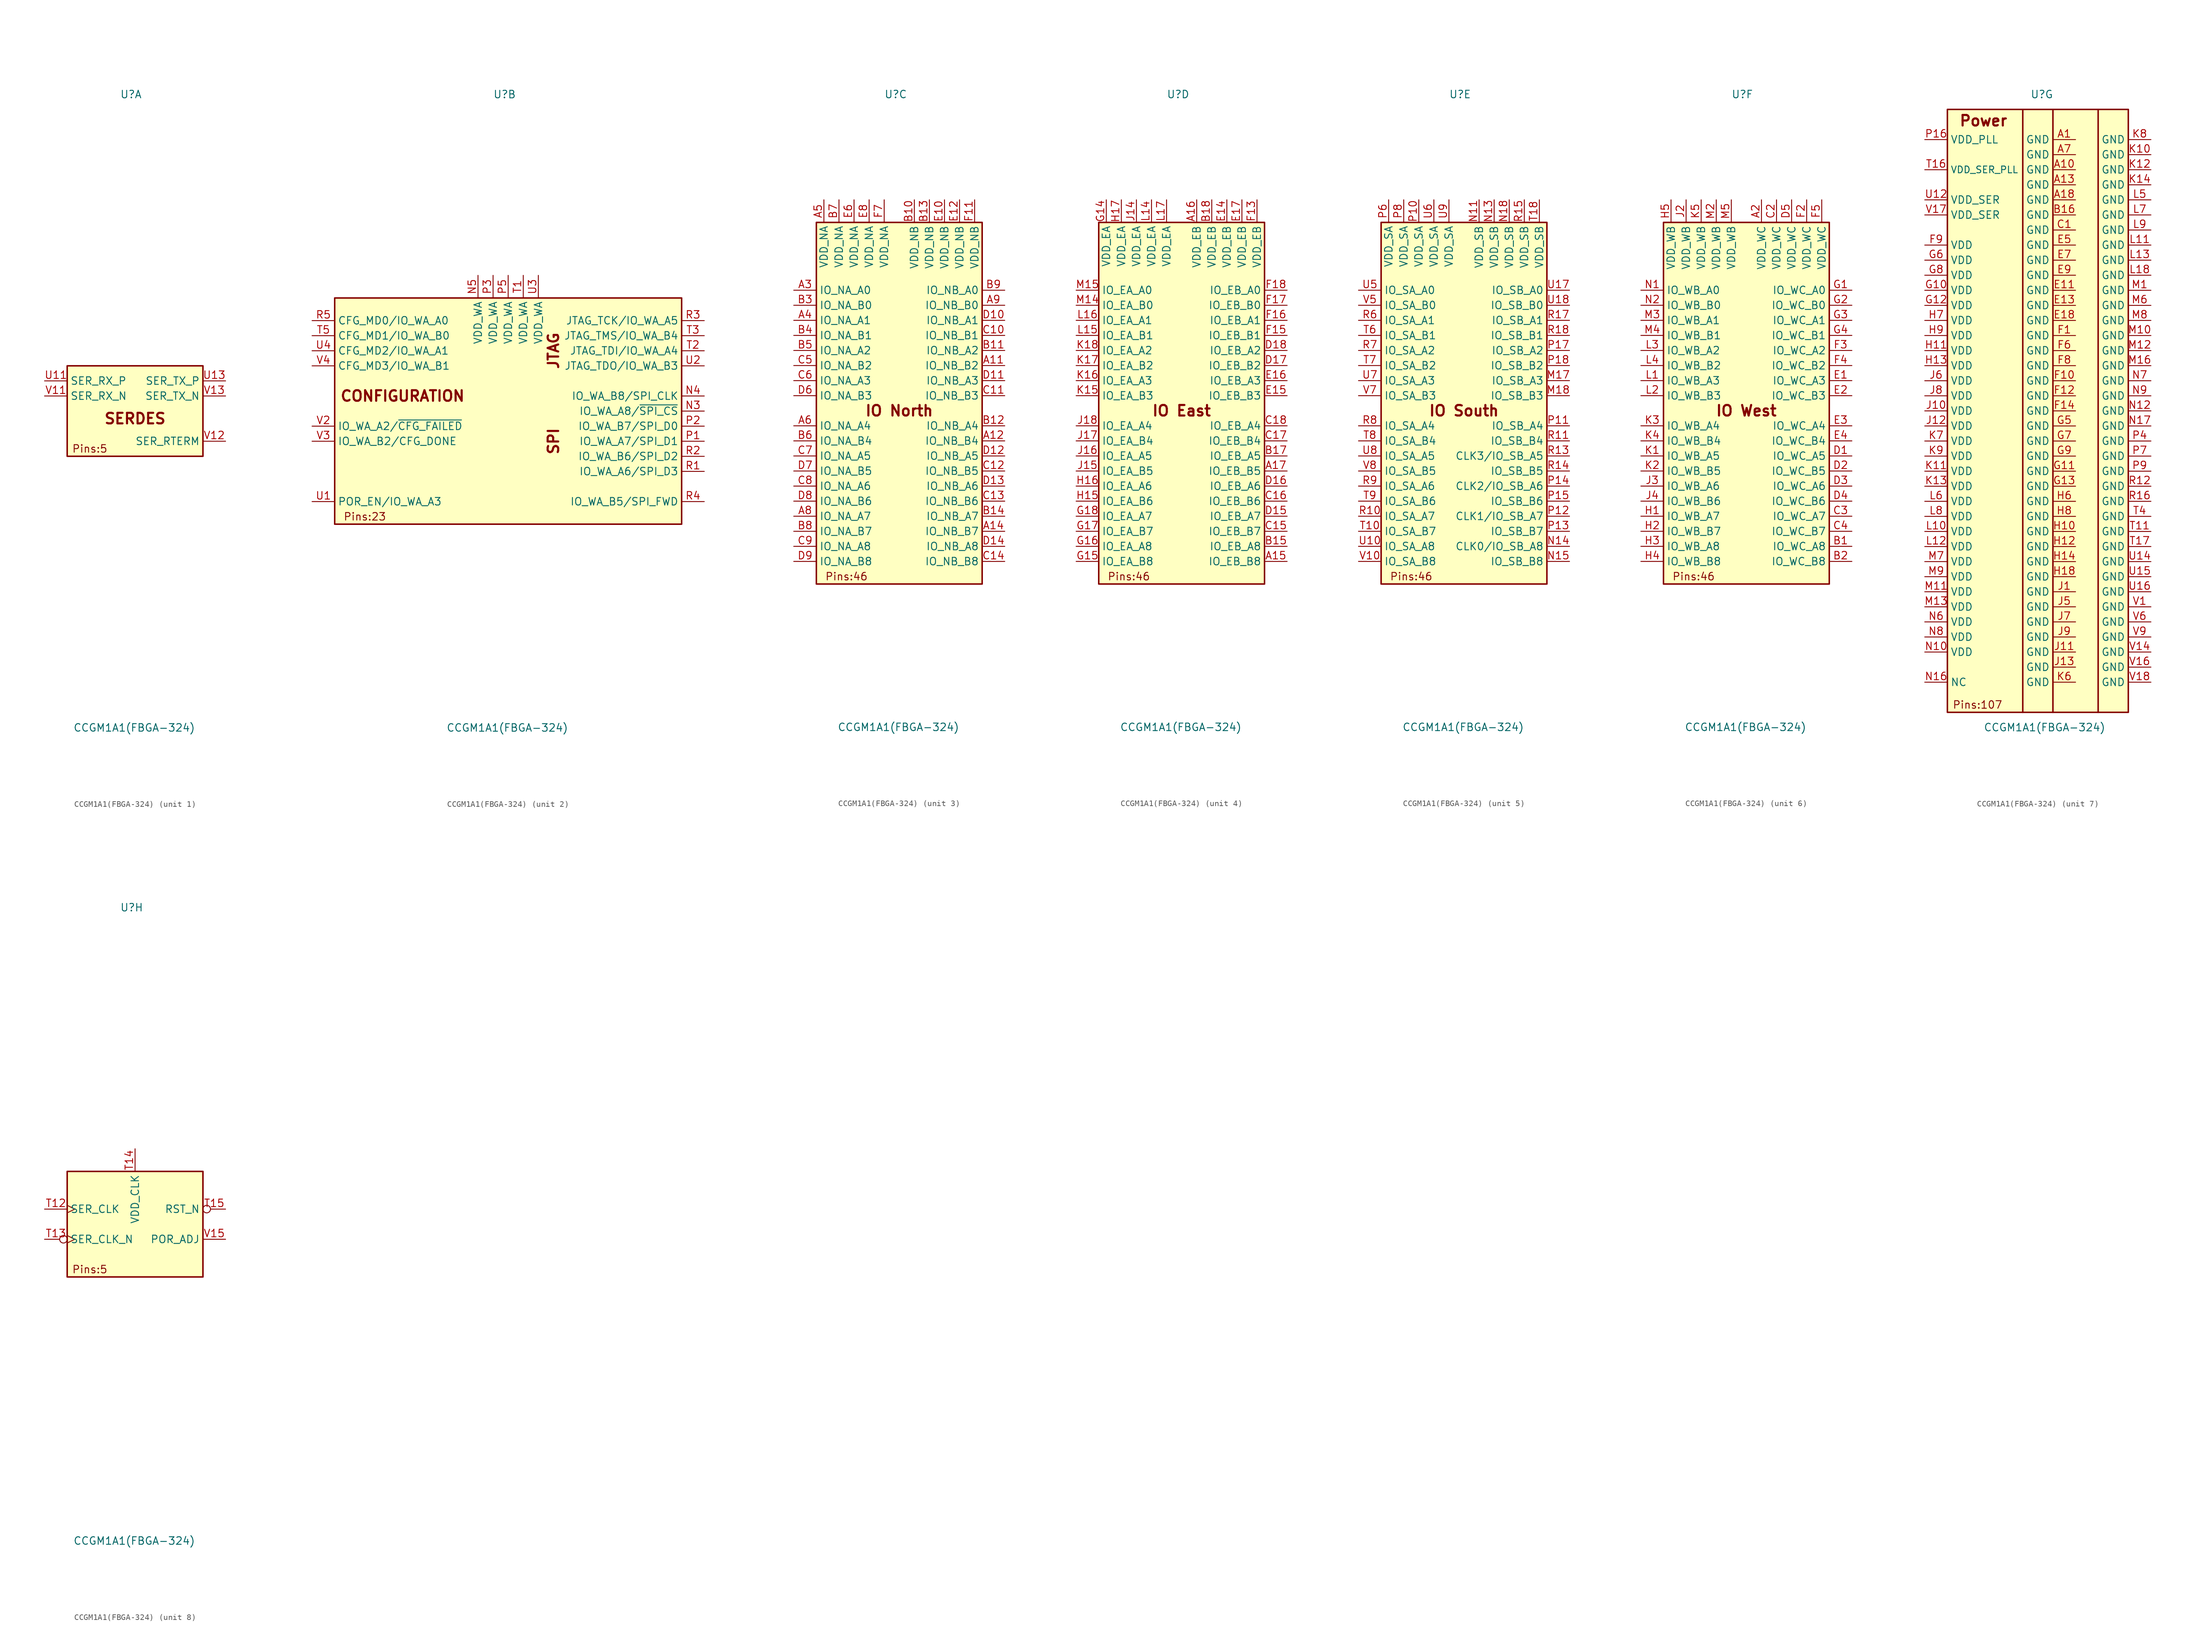
<source format=kicad_sym>
(kicad_symbol_lib
  (version 20220914)
  (generator kicad_symbol_editor)
  (symbol "CCGM1A1(FBGA-324)"
    (property "Reference" "U"
      (at -2.54 53.34 0)
      (effects (font (size 1.27 1.27)) (justify left)))
    (property "Value" "CCGM1A1(FBGA-324)"
      (at 10.16 -53.34 0)
      (effects (font (size 1.27 1.27)) (justify right)))
    (property "ki_locked" ""
      (at 0 0 0)
      (effects (font (size 1.27 1.27))))
    (symbol "CCGM1A1(FBGA-324)_1_1"
      (rectangle (start -11.43 7.62) (end 11.43 -7.62) (stroke (width 0.254) (type default)) (fill (type background)))
      (text "Pins:5" (at -7.62 -6.35 0) (effects (font (size 1.27 1.27))))
      (text "SERDES" (at 0 -1.27 0) (effects (font (size 1.778 1.778) bold)))
      (pin input line (at -15.24 5.08 0) (length 3.81) (name "SER_RX_P" (effects (font (size 1.27 1.27)))) (number "U11" (effects (font (size 1.27 1.27)))))
      (pin output line (at 15.24 5.08 180) (length 3.81) (name "SER_TX_P" (effects (font (size 1.27 1.27)))) (number "U13" (effects (font (size 1.27 1.27)))))
      (pin input line (at -15.24 2.54 0) (length 3.81) (name "SER_RX_N" (effects (font (size 1.27 1.27)))) (number "V11" (effects (font (size 1.27 1.27)))))
      (pin passive line (at 15.24 -5.08 180) (length 3.81) (name "SER_RTERM" (effects (font (size 1.27 1.27)))) (number "V12" (effects (font (size 1.27 1.27)))))
      (pin output line (at 15.24 2.54 180) (length 3.81) (name "SER_TX_N" (effects (font (size 1.27 1.27)))) (number "V13" (effects (font (size 1.27 1.27))))))
    (symbol "CCGM1A1(FBGA-324)_2_1"
      (rectangle (start -29.21 19.05) (end 29.21 -19.05) (stroke (width 0.254) (type default)) (fill (type background)))
      (text "CONFIGURATION" (at -17.78 2.54 0) (effects (font (size 1.778 1.778) bold)))
      (text "JTAG" (at 7.62 10.16 900) (effects (font (size 1.778 1.778) bold)))
      (text "Pins:23" (at -24.13 -17.78 0) (effects (font (size 1.27 1.27))))
      (text "SPI" (at 7.62 -5.08 900) (effects (font (size 1.778 1.778) bold)))
      (pin bidirectional line (at 33.02 0 180) (length 3.81) (name "IO_WA_A8/~{SPI_CS}" (effects (font (size 1.27 1.27)))) (number "N3" (effects (font (size 1.27 1.27)))))
      (pin bidirectional line (at 33.02 2.54 180) (length 3.81) (name "IO_WA_B8/SPI_CLK" (effects (font (size 1.27 1.27)))) (number "N4" (effects (font (size 1.27 1.27)))))
      (pin power_in line (at -5.08 22.86 270) (length 3.81) (name "VDD_WA" (effects (font (size 1.27 1.27)))) (number "N5" (effects (font (size 1.27 1.27)))))
      (pin bidirectional line (at 33.02 -5.08 180) (length 3.81) (name "IO_WA_A7/SPI_D1" (effects (font (size 1.27 1.27)))) (number "P1" (effects (font (size 1.27 1.27)))))
      (pin bidirectional line (at 33.02 -2.54 180) (length 3.81) (name "IO_WA_B7/SPI_D0" (effects (font (size 1.27 1.27)))) (number "P2" (effects (font (size 1.27 1.27)))))
      (pin power_in line (at -2.54 22.86 270) (length 3.81) (name "VDD_WA" (effects (font (size 1.27 1.27)))) (number "P3" (effects (font (size 1.27 1.27)))))
      (pin power_in line (at 0 22.86 270) (length 3.81) (name "VDD_WA" (effects (font (size 1.27 1.27)))) (number "P5" (effects (font (size 1.27 1.27)))))
      (pin bidirectional line (at 33.02 -10.16 180) (length 3.81) (name "IO_WA_A6/SPI_D3" (effects (font (size 1.27 1.27)))) (number "R1" (effects (font (size 1.27 1.27)))))
      (pin bidirectional line (at 33.02 -7.62 180) (length 3.81) (name "IO_WA_B6/SPI_D2" (effects (font (size 1.27 1.27)))) (number "R2" (effects (font (size 1.27 1.27)))))
      (pin bidirectional line (at 33.02 15.24 180) (length 3.81) (name "JTAG_TCK/IO_WA_A5" (effects (font (size 1.27 1.27)))) (number "R3" (effects (font (size 1.27 1.27)))))
      (pin bidirectional line (at 33.02 -15.24 180) (length 3.81) (name "IO_WA_B5/SPI_FWD" (effects (font (size 1.27 1.27)))) (number "R4" (effects (font (size 1.27 1.27)))))
      (pin bidirectional line (at -33.02 15.24 0) (length 3.81) (name "CFG_MD0/IO_WA_A0" (effects (font (size 1.27 1.27)))) (number "R5" (effects (font (size 1.27 1.27)))))
      (pin power_in line (at 2.54 22.86 270) (length 3.81) (name "VDD_WA" (effects (font (size 1.27 1.27)))) (number "T1" (effects (font (size 1.27 1.27)))))
      (pin bidirectional line (at 33.02 10.16 180) (length 3.81) (name "JTAG_TDI/IO_WA_A4" (effects (font (size 1.27 1.27)))) (number "T2" (effects (font (size 1.27 1.27)))))
      (pin bidirectional line (at 33.02 12.7 180) (length 3.81) (name "JTAG_TMS/IO_WA_B4" (effects (font (size 1.27 1.27)))) (number "T3" (effects (font (size 1.27 1.27)))))
      (pin bidirectional line (at -33.02 12.7 0) (length 3.81) (name "CFG_MD1/IO_WA_B0" (effects (font (size 1.27 1.27)))) (number "T5" (effects (font (size 1.27 1.27)))))
      (pin bidirectional line (at -33.02 -15.24 0) (length 3.81) (name "POR_EN/IO_WA_A3" (effects (font (size 1.27 1.27)))) (number "U1" (effects (font (size 1.27 1.27)))))
      (pin bidirectional line (at 33.02 7.62 180) (length 3.81) (name "JTAG_TDO/IO_WA_B3" (effects (font (size 1.27 1.27)))) (number "U2" (effects (font (size 1.27 1.27)))))
      (pin power_in line (at 5.08 22.86 270) (length 3.81) (name "VDD_WA" (effects (font (size 1.27 1.27)))) (number "U3" (effects (font (size 1.27 1.27)))))
      (pin bidirectional line (at -33.02 10.16 0) (length 3.81) (name "CFG_MD2/IO_WA_A1" (effects (font (size 1.27 1.27)))) (number "U4" (effects (font (size 1.27 1.27)))))
      (pin bidirectional line (at -33.02 -2.54 0) (length 3.81) (name "IO_WA_A2/~{CFG_FAILED}" (effects (font (size 1.27 1.27)))) (number "V2" (effects (font (size 1.27 1.27)))))
      (pin bidirectional line (at -33.02 -5.08 0) (length 3.81) (name "IO_WA_B2/CFG_DONE" (effects (font (size 1.27 1.27)))) (number "V3" (effects (font (size 1.27 1.27)))))
      (pin bidirectional line (at -33.02 7.62 0) (length 3.81) (name "CFG_MD3/IO_WA_B1" (effects (font (size 1.27 1.27)))) (number "V4" (effects (font (size 1.27 1.27))))))
    (symbol "CCGM1A1(FBGA-324)_3_1"
      (rectangle (start -13.97 31.75) (end 13.97 -29.21) (stroke (width 0.254) (type default)) (fill (type background)))
      (text "IO North" (at 0 0 0) (effects (font (size 1.778 1.778) bold)))
      (text "Pins:46" (at -8.89 -27.94 0) (effects (font (size 1.27 1.27))))
      (pin bidirectional line (at 17.78 7.62 180) (length 3.81) (name "IO_NB_B2" (effects (font (size 1.27 1.27)))) (number "A11" (effects (font (size 1.27 1.27)))))
      (pin bidirectional line (at 17.78 -5.08 180) (length 3.81) (name "IO_NB_B4" (effects (font (size 1.27 1.27)))) (number "A12" (effects (font (size 1.27 1.27)))))
      (pin bidirectional line (at 17.78 -20.32 180) (length 3.81) (name "IO_NB_B7" (effects (font (size 1.27 1.27)))) (number "A14" (effects (font (size 1.27 1.27)))))
      (pin bidirectional line (at -17.78 20.32 0) (length 3.81) (name "IO_NA_A0" (effects (font (size 1.27 1.27)))) (number "A3" (effects (font (size 1.27 1.27)))))
      (pin bidirectional line (at -17.78 15.24 0) (length 3.81) (name "IO_NA_A1" (effects (font (size 1.27 1.27)))) (number "A4" (effects (font (size 1.27 1.27)))))
      (pin power_in line (at -12.7 35.56 270) (length 3.81) (name "VDD_NA" (effects (font (size 1.27 1.27)))) (number "A5" (effects (font (size 1.27 1.27)))))
      (pin bidirectional line (at -17.78 -2.54 0) (length 3.81) (name "IO_NA_A4" (effects (font (size 1.27 1.27)))) (number "A6" (effects (font (size 1.27 1.27)))))
      (pin bidirectional line (at -17.78 -17.78 0) (length 3.81) (name "IO_NA_A7" (effects (font (size 1.27 1.27)))) (number "A8" (effects (font (size 1.27 1.27)))))
      (pin bidirectional line (at 17.78 17.78 180) (length 3.81) (name "IO_NB_B0" (effects (font (size 1.27 1.27)))) (number "A9" (effects (font (size 1.27 1.27)))))
      (pin power_in line (at 2.54 35.56 270) (length 3.81) (name "VDD_NB" (effects (font (size 1.27 1.27)))) (number "B10" (effects (font (size 1.27 1.27)))))
      (pin bidirectional line (at 17.78 10.16 180) (length 3.81) (name "IO_NB_A2" (effects (font (size 1.27 1.27)))) (number "B11" (effects (font (size 1.27 1.27)))))
      (pin bidirectional line (at 17.78 -2.54 180) (length 3.81) (name "IO_NB_A4" (effects (font (size 1.27 1.27)))) (number "B12" (effects (font (size 1.27 1.27)))))
      (pin power_in line (at 5.08 35.56 270) (length 3.81) (name "VDD_NB" (effects (font (size 1.27 1.27)))) (number "B13" (effects (font (size 1.27 1.27)))))
      (pin bidirectional line (at 17.78 -17.78 180) (length 3.81) (name "IO_NB_A7" (effects (font (size 1.27 1.27)))) (number "B14" (effects (font (size 1.27 1.27)))))
      (pin bidirectional line (at -17.78 17.78 0) (length 3.81) (name "IO_NA_B0" (effects (font (size 1.27 1.27)))) (number "B3" (effects (font (size 1.27 1.27)))))
      (pin bidirectional line (at -17.78 12.7 0) (length 3.81) (name "IO_NA_B1" (effects (font (size 1.27 1.27)))) (number "B4" (effects (font (size 1.27 1.27)))))
      (pin bidirectional line (at -17.78 10.16 0) (length 3.81) (name "IO_NA_A2" (effects (font (size 1.27 1.27)))) (number "B5" (effects (font (size 1.27 1.27)))))
      (pin bidirectional line (at -17.78 -5.08 0) (length 3.81) (name "IO_NA_B4" (effects (font (size 1.27 1.27)))) (number "B6" (effects (font (size 1.27 1.27)))))
      (pin power_in line (at -10.16 35.56 270) (length 3.81) (name "VDD_NA" (effects (font (size 1.27 1.27)))) (number "B7" (effects (font (size 1.27 1.27)))))
      (pin bidirectional line (at -17.78 -20.32 0) (length 3.81) (name "IO_NA_B7" (effects (font (size 1.27 1.27)))) (number "B8" (effects (font (size 1.27 1.27)))))
      (pin bidirectional line (at 17.78 20.32 180) (length 3.81) (name "IO_NB_A0" (effects (font (size 1.27 1.27)))) (number "B9" (effects (font (size 1.27 1.27)))))
      (pin bidirectional line (at 17.78 12.7 180) (length 3.81) (name "IO_NB_B1" (effects (font (size 1.27 1.27)))) (number "C10" (effects (font (size 1.27 1.27)))))
      (pin bidirectional line (at 17.78 2.54 180) (length 3.81) (name "IO_NB_B3" (effects (font (size 1.27 1.27)))) (number "C11" (effects (font (size 1.27 1.27)))))
      (pin bidirectional line (at 17.78 -10.16 180) (length 3.81) (name "IO_NB_B5" (effects (font (size 1.27 1.27)))) (number "C12" (effects (font (size 1.27 1.27)))))
      (pin bidirectional line (at 17.78 -15.24 180) (length 3.81) (name "IO_NB_B6" (effects (font (size 1.27 1.27)))) (number "C13" (effects (font (size 1.27 1.27)))))
      (pin bidirectional line (at 17.78 -25.4 180) (length 3.81) (name "IO_NB_B8" (effects (font (size 1.27 1.27)))) (number "C14" (effects (font (size 1.27 1.27)))))
      (pin bidirectional line (at -17.78 7.62 0) (length 3.81) (name "IO_NA_B2" (effects (font (size 1.27 1.27)))) (number "C5" (effects (font (size 1.27 1.27)))))
      (pin bidirectional line (at -17.78 5.08 0) (length 3.81) (name "IO_NA_A3" (effects (font (size 1.27 1.27)))) (number "C6" (effects (font (size 1.27 1.27)))))
      (pin bidirectional line (at -17.78 -7.62 0) (length 3.81) (name "IO_NA_A5" (effects (font (size 1.27 1.27)))) (number "C7" (effects (font (size 1.27 1.27)))))
      (pin bidirectional line (at -17.78 -12.7 0) (length 3.81) (name "IO_NA_A6" (effects (font (size 1.27 1.27)))) (number "C8" (effects (font (size 1.27 1.27)))))
      (pin bidirectional line (at -17.78 -22.86 0) (length 3.81) (name "IO_NA_A8" (effects (font (size 1.27 1.27)))) (number "C9" (effects (font (size 1.27 1.27)))))
      (pin bidirectional line (at 17.78 15.24 180) (length 3.81) (name "IO_NB_A1" (effects (font (size 1.27 1.27)))) (number "D10" (effects (font (size 1.27 1.27)))))
      (pin bidirectional line (at 17.78 5.08 180) (length 3.81) (name "IO_NB_A3" (effects (font (size 1.27 1.27)))) (number "D11" (effects (font (size 1.27 1.27)))))
      (pin bidirectional line (at 17.78 -7.62 180) (length 3.81) (name "IO_NB_A5" (effects (font (size 1.27 1.27)))) (number "D12" (effects (font (size 1.27 1.27)))))
      (pin bidirectional line (at 17.78 -12.7 180) (length 3.81) (name "IO_NB_A6" (effects (font (size 1.27 1.27)))) (number "D13" (effects (font (size 1.27 1.27)))))
      (pin bidirectional line (at 17.78 -22.86 180) (length 3.81) (name "IO_NB_A8" (effects (font (size 1.27 1.27)))) (number "D14" (effects (font (size 1.27 1.27)))))
      (pin bidirectional line (at -17.78 2.54 0) (length 3.81) (name "IO_NA_B3" (effects (font (size 1.27 1.27)))) (number "D6" (effects (font (size 1.27 1.27)))))
      (pin bidirectional line (at -17.78 -10.16 0) (length 3.81) (name "IO_NA_B5" (effects (font (size 1.27 1.27)))) (number "D7" (effects (font (size 1.27 1.27)))))
      (pin bidirectional line (at -17.78 -15.24 0) (length 3.81) (name "IO_NA_B6" (effects (font (size 1.27 1.27)))) (number "D8" (effects (font (size 1.27 1.27)))))
      (pin bidirectional line (at -17.78 -25.4 0) (length 3.81) (name "IO_NA_B8" (effects (font (size 1.27 1.27)))) (number "D9" (effects (font (size 1.27 1.27)))))
      (pin power_in line (at 7.62 35.56 270) (length 3.81) (name "VDD_NB" (effects (font (size 1.27 1.27)))) (number "E10" (effects (font (size 1.27 1.27)))))
      (pin power_in line (at 10.16 35.56 270) (length 3.81) (name "VDD_NB" (effects (font (size 1.27 1.27)))) (number "E12" (effects (font (size 1.27 1.27)))))
      (pin power_in line (at -7.62 35.56 270) (length 3.81) (name "VDD_NA" (effects (font (size 1.27 1.27)))) (number "E6" (effects (font (size 1.27 1.27)))))
      (pin power_in line (at -5.08 35.56 270) (length 3.81) (name "VDD_NA" (effects (font (size 1.27 1.27)))) (number "E8" (effects (font (size 1.27 1.27)))))
      (pin power_in line (at 12.7 35.56 270) (length 3.81) (name "VDD_NB" (effects (font (size 1.27 1.27)))) (number "F11" (effects (font (size 1.27 1.27)))))
      (pin power_in line (at -2.54 35.56 270) (length 3.81) (name "VDD_NA" (effects (font (size 1.27 1.27)))) (number "F7" (effects (font (size 1.27 1.27))))))
    (symbol "CCGM1A1(FBGA-324)_4_1"
      (rectangle (start -13.97 31.75) (end 13.97 -29.21) (stroke (width 0.254) (type default)) (fill (type background)))
      (text "IO East" (at 0 0 0) (effects (font (size 1.778 1.778) bold)))
      (text "Pins:46" (at -8.89 -27.94 0) (effects (font (size 1.27 1.27))))
      (pin bidirectional line (at 17.78 -25.4 180) (length 3.81) (name "IO_EB_B8" (effects (font (size 1.27 1.27)))) (number "A15" (effects (font (size 1.27 1.27)))))
      (pin power_in line (at 2.54 35.56 270) (length 3.81) (name "VDD_EB" (effects (font (size 1.27 1.27)))) (number "A16" (effects (font (size 1.27 1.27)))))
      (pin bidirectional line (at 17.78 -10.16 180) (length 3.81) (name "IO_EB_B5" (effects (font (size 1.27 1.27)))) (number "A17" (effects (font (size 1.27 1.27)))))
      (pin bidirectional line (at 17.78 -22.86 180) (length 3.81) (name "IO_EB_A8" (effects (font (size 1.27 1.27)))) (number "B15" (effects (font (size 1.27 1.27)))))
      (pin bidirectional line (at 17.78 -7.62 180) (length 3.81) (name "IO_EB_A5" (effects (font (size 1.27 1.27)))) (number "B17" (effects (font (size 1.27 1.27)))))
      (pin power_in line (at 5.08 35.56 270) (length 3.81) (name "VDD_EB" (effects (font (size 1.27 1.27)))) (number "B18" (effects (font (size 1.27 1.27)))))
      (pin bidirectional line (at 17.78 -20.32 180) (length 3.81) (name "IO_EB_B7" (effects (font (size 1.27 1.27)))) (number "C15" (effects (font (size 1.27 1.27)))))
      (pin bidirectional line (at 17.78 -15.24 180) (length 3.81) (name "IO_EB_B6" (effects (font (size 1.27 1.27)))) (number "C16" (effects (font (size 1.27 1.27)))))
      (pin bidirectional line (at 17.78 -5.08 180) (length 3.81) (name "IO_EB_B4" (effects (font (size 1.27 1.27)))) (number "C17" (effects (font (size 1.27 1.27)))))
      (pin bidirectional line (at 17.78 -2.54 180) (length 3.81) (name "IO_EB_A4" (effects (font (size 1.27 1.27)))) (number "C18" (effects (font (size 1.27 1.27)))))
      (pin bidirectional line (at 17.78 -17.78 180) (length 3.81) (name "IO_EB_A7" (effects (font (size 1.27 1.27)))) (number "D15" (effects (font (size 1.27 1.27)))))
      (pin bidirectional line (at 17.78 -12.7 180) (length 3.81) (name "IO_EB_A6" (effects (font (size 1.27 1.27)))) (number "D16" (effects (font (size 1.27 1.27)))))
      (pin bidirectional line (at 17.78 7.62 180) (length 3.81) (name "IO_EB_B2" (effects (font (size 1.27 1.27)))) (number "D17" (effects (font (size 1.27 1.27)))))
      (pin bidirectional line (at 17.78 10.16 180) (length 3.81) (name "IO_EB_A2" (effects (font (size 1.27 1.27)))) (number "D18" (effects (font (size 1.27 1.27)))))
      (pin power_in line (at 7.62 35.56 270) (length 3.81) (name "VDD_EB" (effects (font (size 1.27 1.27)))) (number "E14" (effects (font (size 1.27 1.27)))))
      (pin bidirectional line (at 17.78 2.54 180) (length 3.81) (name "IO_EB_B3" (effects (font (size 1.27 1.27)))) (number "E15" (effects (font (size 1.27 1.27)))))
      (pin bidirectional line (at 17.78 5.08 180) (length 3.81) (name "IO_EB_A3" (effects (font (size 1.27 1.27)))) (number "E16" (effects (font (size 1.27 1.27)))))
      (pin power_in line (at 10.16 35.56 270) (length 3.81) (name "VDD_EB" (effects (font (size 1.27 1.27)))) (number "E17" (effects (font (size 1.27 1.27)))))
      (pin power_in line (at 12.7 35.56 270) (length 3.81) (name "VDD_EB" (effects (font (size 1.27 1.27)))) (number "F13" (effects (font (size 1.27 1.27)))))
      (pin bidirectional line (at 17.78 12.7 180) (length 3.81) (name "IO_EB_B1" (effects (font (size 1.27 1.27)))) (number "F15" (effects (font (size 1.27 1.27)))))
      (pin bidirectional line (at 17.78 15.24 180) (length 3.81) (name "IO_EB_A1" (effects (font (size 1.27 1.27)))) (number "F16" (effects (font (size 1.27 1.27)))))
      (pin bidirectional line (at 17.78 17.78 180) (length 3.81) (name "IO_EB_B0" (effects (font (size 1.27 1.27)))) (number "F17" (effects (font (size 1.27 1.27)))))
      (pin bidirectional line (at 17.78 20.32 180) (length 3.81) (name "IO_EB_A0" (effects (font (size 1.27 1.27)))) (number "F18" (effects (font (size 1.27 1.27)))))
      (pin power_in line (at -12.7 35.56 270) (length 3.81) (name "VDD_EA" (effects (font (size 1.27 1.27)))) (number "G14" (effects (font (size 1.27 1.27)))))
      (pin bidirectional line (at -17.78 -25.4 0) (length 3.81) (name "IO_EA_B8" (effects (font (size 1.27 1.27)))) (number "G15" (effects (font (size 1.27 1.27)))))
      (pin bidirectional line (at -17.78 -22.86 0) (length 3.81) (name "IO_EA_A8" (effects (font (size 1.27 1.27)))) (number "G16" (effects (font (size 1.27 1.27)))))
      (pin bidirectional line (at -17.78 -20.32 0) (length 3.81) (name "IO_EA_B7" (effects (font (size 1.27 1.27)))) (number "G17" (effects (font (size 1.27 1.27)))))
      (pin bidirectional line (at -17.78 -17.78 0) (length 3.81) (name "IO_EA_A7" (effects (font (size 1.27 1.27)))) (number "G18" (effects (font (size 1.27 1.27)))))
      (pin bidirectional line (at -17.78 -15.24 0) (length 3.81) (name "IO_EA_B6" (effects (font (size 1.27 1.27)))) (number "H15" (effects (font (size 1.27 1.27)))))
      (pin bidirectional line (at -17.78 -12.7 0) (length 3.81) (name "IO_EA_A6" (effects (font (size 1.27 1.27)))) (number "H16" (effects (font (size 1.27 1.27)))))
      (pin power_in line (at -10.16 35.56 270) (length 3.81) (name "VDD_EA" (effects (font (size 1.27 1.27)))) (number "H17" (effects (font (size 1.27 1.27)))))
      (pin power_in line (at -7.62 35.56 270) (length 3.81) (name "VDD_EA" (effects (font (size 1.27 1.27)))) (number "J14" (effects (font (size 1.27 1.27)))))
      (pin bidirectional line (at -17.78 -10.16 0) (length 3.81) (name "IO_EA_B5" (effects (font (size 1.27 1.27)))) (number "J15" (effects (font (size 1.27 1.27)))))
      (pin bidirectional line (at -17.78 -7.62 0) (length 3.81) (name "IO_EA_A5" (effects (font (size 1.27 1.27)))) (number "J16" (effects (font (size 1.27 1.27)))))
      (pin bidirectional line (at -17.78 -5.08 0) (length 3.81) (name "IO_EA_B4" (effects (font (size 1.27 1.27)))) (number "J17" (effects (font (size 1.27 1.27)))))
      (pin bidirectional line (at -17.78 -2.54 0) (length 3.81) (name "IO_EA_A4" (effects (font (size 1.27 1.27)))) (number "J18" (effects (font (size 1.27 1.27)))))
      (pin bidirectional line (at -17.78 2.54 0) (length 3.81) (name "IO_EA_B3" (effects (font (size 1.27 1.27)))) (number "K15" (effects (font (size 1.27 1.27)))))
      (pin bidirectional line (at -17.78 5.08 0) (length 3.81) (name "IO_EA_A3" (effects (font (size 1.27 1.27)))) (number "K16" (effects (font (size 1.27 1.27)))))
      (pin bidirectional line (at -17.78 7.62 0) (length 3.81) (name "IO_EA_B2" (effects (font (size 1.27 1.27)))) (number "K17" (effects (font (size 1.27 1.27)))))
      (pin bidirectional line (at -17.78 10.16 0) (length 3.81) (name "IO_EA_A2" (effects (font (size 1.27 1.27)))) (number "K18" (effects (font (size 1.27 1.27)))))
      (pin power_in line (at -5.08 35.56 270) (length 3.81) (name "VDD_EA" (effects (font (size 1.27 1.27)))) (number "L14" (effects (font (size 1.27 1.27)))))
      (pin bidirectional line (at -17.78 12.7 0) (length 3.81) (name "IO_EA_B1" (effects (font (size 1.27 1.27)))) (number "L15" (effects (font (size 1.27 1.27)))))
      (pin bidirectional line (at -17.78 15.24 0) (length 3.81) (name "IO_EA_A1" (effects (font (size 1.27 1.27)))) (number "L16" (effects (font (size 1.27 1.27)))))
      (pin power_in line (at -2.54 35.56 270) (length 3.81) (name "VDD_EA" (effects (font (size 1.27 1.27)))) (number "L17" (effects (font (size 1.27 1.27)))))
      (pin bidirectional line (at -17.78 17.78 0) (length 3.81) (name "IO_EA_B0" (effects (font (size 1.27 1.27)))) (number "M14" (effects (font (size 1.27 1.27)))))
      (pin bidirectional line (at -17.78 20.32 0) (length 3.81) (name "IO_EA_A0" (effects (font (size 1.27 1.27)))) (number "M15" (effects (font (size 1.27 1.27))))))
    (symbol "CCGM1A1(FBGA-324)_5_1"
      (rectangle (start -13.97 31.75) (end 13.97 -29.21) (stroke (width 0.254) (type default)) (fill (type background)))
      (text "IO South" (at 0 0 0) (effects (font (size 1.778 1.778) bold)))
      (text "Pins:46" (at -8.89 -27.94 0) (effects (font (size 1.27 1.27))))
      (pin bidirectional line (at 17.78 5.08 180) (length 3.81) (name "IO_SB_A3" (effects (font (size 1.27 1.27)))) (number "M17" (effects (font (size 1.27 1.27)))))
      (pin bidirectional line (at 17.78 2.54 180) (length 3.81) (name "IO_SB_B3" (effects (font (size 1.27 1.27)))) (number "M18" (effects (font (size 1.27 1.27)))))
      (pin power_in line (at 2.54 35.56 270) (length 3.81) (name "VDD_SB" (effects (font (size 1.27 1.27)))) (number "N11" (effects (font (size 1.27 1.27)))))
      (pin power_in line (at 5.08 35.56 270) (length 3.81) (name "VDD_SB" (effects (font (size 1.27 1.27)))) (number "N13" (effects (font (size 1.27 1.27)))))
      (pin bidirectional line (at 17.78 -22.86 180) (length 3.81) (name "CLK0/IO_SB_A8" (effects (font (size 1.27 1.27)))) (number "N14" (effects (font (size 1.27 1.27)))))
      (pin bidirectional line (at 17.78 -25.4 180) (length 3.81) (name "IO_SB_B8" (effects (font (size 1.27 1.27)))) (number "N15" (effects (font (size 1.27 1.27)))))
      (pin power_in line (at 7.62 35.56 270) (length 3.81) (name "VDD_SB" (effects (font (size 1.27 1.27)))) (number "N18" (effects (font (size 1.27 1.27)))))
      (pin power_in line (at -7.62 35.56 270) (length 3.81) (name "VDD_SA" (effects (font (size 1.27 1.27)))) (number "P10" (effects (font (size 1.27 1.27)))))
      (pin bidirectional line (at 17.78 -2.54 180) (length 3.81) (name "IO_SB_A4" (effects (font (size 1.27 1.27)))) (number "P11" (effects (font (size 1.27 1.27)))))
      (pin bidirectional line (at 17.78 -17.78 180) (length 3.81) (name "CLK1/IO_SB_A7" (effects (font (size 1.27 1.27)))) (number "P12" (effects (font (size 1.27 1.27)))))
      (pin bidirectional line (at 17.78 -20.32 180) (length 3.81) (name "IO_SB_B7" (effects (font (size 1.27 1.27)))) (number "P13" (effects (font (size 1.27 1.27)))))
      (pin bidirectional line (at 17.78 -12.7 180) (length 3.81) (name "CLK2/IO_SB_A6" (effects (font (size 1.27 1.27)))) (number "P14" (effects (font (size 1.27 1.27)))))
      (pin bidirectional line (at 17.78 -15.24 180) (length 3.81) (name "IO_SB_B6" (effects (font (size 1.27 1.27)))) (number "P15" (effects (font (size 1.27 1.27)))))
      (pin bidirectional line (at 17.78 10.16 180) (length 3.81) (name "IO_SB_A2" (effects (font (size 1.27 1.27)))) (number "P17" (effects (font (size 1.27 1.27)))))
      (pin bidirectional line (at 17.78 7.62 180) (length 3.81) (name "IO_SB_B2" (effects (font (size 1.27 1.27)))) (number "P18" (effects (font (size 1.27 1.27)))))
      (pin power_in line (at -12.7 35.56 270) (length 3.81) (name "VDD_SA" (effects (font (size 1.27 1.27)))) (number "P6" (effects (font (size 1.27 1.27)))))
      (pin power_in line (at -10.16 35.56 270) (length 3.81) (name "VDD_SA" (effects (font (size 1.27 1.27)))) (number "P8" (effects (font (size 1.27 1.27)))))
      (pin bidirectional line (at -17.78 -17.78 0) (length 3.81) (name "IO_SA_A7" (effects (font (size 1.27 1.27)))) (number "R10" (effects (font (size 1.27 1.27)))))
      (pin bidirectional line (at 17.78 -5.08 180) (length 3.81) (name "IO_SB_B4" (effects (font (size 1.27 1.27)))) (number "R11" (effects (font (size 1.27 1.27)))))
      (pin bidirectional line (at 17.78 -7.62 180) (length 3.81) (name "CLK3/IO_SB_A5" (effects (font (size 1.27 1.27)))) (number "R13" (effects (font (size 1.27 1.27)))))
      (pin bidirectional line (at 17.78 -10.16 180) (length 3.81) (name "IO_SB_B5" (effects (font (size 1.27 1.27)))) (number "R14" (effects (font (size 1.27 1.27)))))
      (pin power_in line (at 10.16 35.56 270) (length 3.81) (name "VDD_SB" (effects (font (size 1.27 1.27)))) (number "R15" (effects (font (size 1.27 1.27)))))
      (pin bidirectional line (at 17.78 15.24 180) (length 3.81) (name "IO_SB_A1" (effects (font (size 1.27 1.27)))) (number "R17" (effects (font (size 1.27 1.27)))))
      (pin bidirectional line (at 17.78 12.7 180) (length 3.81) (name "IO_SB_B1" (effects (font (size 1.27 1.27)))) (number "R18" (effects (font (size 1.27 1.27)))))
      (pin bidirectional line (at -17.78 15.24 0) (length 3.81) (name "IO_SA_A1" (effects (font (size 1.27 1.27)))) (number "R6" (effects (font (size 1.27 1.27)))))
      (pin bidirectional line (at -17.78 10.16 0) (length 3.81) (name "IO_SA_A2" (effects (font (size 1.27 1.27)))) (number "R7" (effects (font (size 1.27 1.27)))))
      (pin bidirectional line (at -17.78 -2.54 0) (length 3.81) (name "IO_SA_A4" (effects (font (size 1.27 1.27)))) (number "R8" (effects (font (size 1.27 1.27)))))
      (pin bidirectional line (at -17.78 -12.7 0) (length 3.81) (name "IO_SA_A6" (effects (font (size 1.27 1.27)))) (number "R9" (effects (font (size 1.27 1.27)))))
      (pin bidirectional line (at -17.78 -20.32 0) (length 3.81) (name "IO_SA_B7" (effects (font (size 1.27 1.27)))) (number "T10" (effects (font (size 1.27 1.27)))))
      (pin power_in line (at 12.7 35.56 270) (length 3.81) (name "VDD_SB" (effects (font (size 1.27 1.27)))) (number "T18" (effects (font (size 1.27 1.27)))))
      (pin bidirectional line (at -17.78 12.7 0) (length 3.81) (name "IO_SA_B1" (effects (font (size 1.27 1.27)))) (number "T6" (effects (font (size 1.27 1.27)))))
      (pin bidirectional line (at -17.78 7.62 0) (length 3.81) (name "IO_SA_B2" (effects (font (size 1.27 1.27)))) (number "T7" (effects (font (size 1.27 1.27)))))
      (pin bidirectional line (at -17.78 -5.08 0) (length 3.81) (name "IO_SA_B4" (effects (font (size 1.27 1.27)))) (number "T8" (effects (font (size 1.27 1.27)))))
      (pin bidirectional line (at -17.78 -15.24 0) (length 3.81) (name "IO_SA_B6" (effects (font (size 1.27 1.27)))) (number "T9" (effects (font (size 1.27 1.27)))))
      (pin bidirectional line (at -17.78 -22.86 0) (length 3.81) (name "IO_SA_A8" (effects (font (size 1.27 1.27)))) (number "U10" (effects (font (size 1.27 1.27)))))
      (pin bidirectional line (at 17.78 20.32 180) (length 3.81) (name "IO_SB_A0" (effects (font (size 1.27 1.27)))) (number "U17" (effects (font (size 1.27 1.27)))))
      (pin bidirectional line (at 17.78 17.78 180) (length 3.81) (name "IO_SB_B0" (effects (font (size 1.27 1.27)))) (number "U18" (effects (font (size 1.27 1.27)))))
      (pin bidirectional line (at -17.78 20.32 0) (length 3.81) (name "IO_SA_A0" (effects (font (size 1.27 1.27)))) (number "U5" (effects (font (size 1.27 1.27)))))
      (pin power_in line (at -5.08 35.56 270) (length 3.81) (name "VDD_SA" (effects (font (size 1.27 1.27)))) (number "U6" (effects (font (size 1.27 1.27)))))
      (pin bidirectional line (at -17.78 5.08 0) (length 3.81) (name "IO_SA_A3" (effects (font (size 1.27 1.27)))) (number "U7" (effects (font (size 1.27 1.27)))))
      (pin bidirectional line (at -17.78 -7.62 0) (length 3.81) (name "IO_SA_A5" (effects (font (size 1.27 1.27)))) (number "U8" (effects (font (size 1.27 1.27)))))
      (pin power_in line (at -2.54 35.56 270) (length 3.81) (name "VDD_SA" (effects (font (size 1.27 1.27)))) (number "U9" (effects (font (size 1.27 1.27)))))
      (pin bidirectional line (at -17.78 -25.4 0) (length 3.81) (name "IO_SA_B8" (effects (font (size 1.27 1.27)))) (number "V10" (effects (font (size 1.27 1.27)))))
      (pin bidirectional line (at -17.78 17.78 0) (length 3.81) (name "IO_SA_B0" (effects (font (size 1.27 1.27)))) (number "V5" (effects (font (size 1.27 1.27)))))
      (pin bidirectional line (at -17.78 2.54 0) (length 3.81) (name "IO_SA_B3" (effects (font (size 1.27 1.27)))) (number "V7" (effects (font (size 1.27 1.27)))))
      (pin bidirectional line (at -17.78 -10.16 0) (length 3.81) (name "IO_SA_B5" (effects (font (size 1.27 1.27)))) (number "V8" (effects (font (size 1.27 1.27))))))
    (symbol "CCGM1A1(FBGA-324)_6_1"
      (rectangle (start -13.97 31.75) (end 13.97 -29.21) (stroke (width 0.254) (type default)) (fill (type background)))
      (text "IO West" (at 0 0 0) (effects (font (size 1.778 1.778) bold)))
      (text "Pins:46" (at -8.89 -27.94 0) (effects (font (size 1.27 1.27))))
      (pin power_in line (at 2.54 35.56 270) (length 3.81) (name "VDD_WC" (effects (font (size 1.27 1.27)))) (number "A2" (effects (font (size 1.27 1.27)))))
      (pin bidirectional line (at 17.78 -22.86 180) (length 3.81) (name "IO_WC_A8" (effects (font (size 1.27 1.27)))) (number "B1" (effects (font (size 1.27 1.27)))))
      (pin bidirectional line (at 17.78 -25.4 180) (length 3.81) (name "IO_WC_B8" (effects (font (size 1.27 1.27)))) (number "B2" (effects (font (size 1.27 1.27)))))
      (pin power_in line (at 5.08 35.56 270) (length 3.81) (name "VDD_WC" (effects (font (size 1.27 1.27)))) (number "C2" (effects (font (size 1.27 1.27)))))
      (pin bidirectional line (at 17.78 -17.78 180) (length 3.81) (name "IO_WC_A7" (effects (font (size 1.27 1.27)))) (number "C3" (effects (font (size 1.27 1.27)))))
      (pin bidirectional line (at 17.78 -20.32 180) (length 3.81) (name "IO_WC_B7" (effects (font (size 1.27 1.27)))) (number "C4" (effects (font (size 1.27 1.27)))))
      (pin bidirectional line (at 17.78 -7.62 180) (length 3.81) (name "IO_WC_A5" (effects (font (size 1.27 1.27)))) (number "D1" (effects (font (size 1.27 1.27)))))
      (pin bidirectional line (at 17.78 -10.16 180) (length 3.81) (name "IO_WC_B5" (effects (font (size 1.27 1.27)))) (number "D2" (effects (font (size 1.27 1.27)))))
      (pin bidirectional line (at 17.78 -12.7 180) (length 3.81) (name "IO_WC_A6" (effects (font (size 1.27 1.27)))) (number "D3" (effects (font (size 1.27 1.27)))))
      (pin bidirectional line (at 17.78 -15.24 180) (length 3.81) (name "IO_WC_B6" (effects (font (size 1.27 1.27)))) (number "D4" (effects (font (size 1.27 1.27)))))
      (pin power_in line (at 7.62 35.56 270) (length 3.81) (name "VDD_WC" (effects (font (size 1.27 1.27)))) (number "D5" (effects (font (size 1.27 1.27)))))
      (pin bidirectional line (at 17.78 5.08 180) (length 3.81) (name "IO_WC_A3" (effects (font (size 1.27 1.27)))) (number "E1" (effects (font (size 1.27 1.27)))))
      (pin bidirectional line (at 17.78 2.54 180) (length 3.81) (name "IO_WC_B3" (effects (font (size 1.27 1.27)))) (number "E2" (effects (font (size 1.27 1.27)))))
      (pin bidirectional line (at 17.78 -2.54 180) (length 3.81) (name "IO_WC_A4" (effects (font (size 1.27 1.27)))) (number "E3" (effects (font (size 1.27 1.27)))))
      (pin bidirectional line (at 17.78 -5.08 180) (length 3.81) (name "IO_WC_B4" (effects (font (size 1.27 1.27)))) (number "E4" (effects (font (size 1.27 1.27)))))
      (pin power_in line (at 10.16 35.56 270) (length 3.81) (name "VDD_WC" (effects (font (size 1.27 1.27)))) (number "F2" (effects (font (size 1.27 1.27)))))
      (pin bidirectional line (at 17.78 10.16 180) (length 3.81) (name "IO_WC_A2" (effects (font (size 1.27 1.27)))) (number "F3" (effects (font (size 1.27 1.27)))))
      (pin bidirectional line (at 17.78 7.62 180) (length 3.81) (name "IO_WC_B2" (effects (font (size 1.27 1.27)))) (number "F4" (effects (font (size 1.27 1.27)))))
      (pin power_in line (at 12.7 35.56 270) (length 3.81) (name "VDD_WC" (effects (font (size 1.27 1.27)))) (number "F5" (effects (font (size 1.27 1.27)))))
      (pin bidirectional line (at 17.78 20.32 180) (length 3.81) (name "IO_WC_A0" (effects (font (size 1.27 1.27)))) (number "G1" (effects (font (size 1.27 1.27)))))
      (pin bidirectional line (at 17.78 17.78 180) (length 3.81) (name "IO_WC_B0" (effects (font (size 1.27 1.27)))) (number "G2" (effects (font (size 1.27 1.27)))))
      (pin bidirectional line (at 17.78 15.24 180) (length 3.81) (name "IO_WC_A1" (effects (font (size 1.27 1.27)))) (number "G3" (effects (font (size 1.27 1.27)))))
      (pin bidirectional line (at 17.78 12.7 180) (length 3.81) (name "IO_WC_B1" (effects (font (size 1.27 1.27)))) (number "G4" (effects (font (size 1.27 1.27)))))
      (pin bidirectional line (at -17.78 -17.78 0) (length 3.81) (name "IO_WB_A7" (effects (font (size 1.27 1.27)))) (number "H1" (effects (font (size 1.27 1.27)))))
      (pin bidirectional line (at -17.78 -20.32 0) (length 3.81) (name "IO_WB_B7" (effects (font (size 1.27 1.27)))) (number "H2" (effects (font (size 1.27 1.27)))))
      (pin bidirectional line (at -17.78 -22.86 0) (length 3.81) (name "IO_WB_A8" (effects (font (size 1.27 1.27)))) (number "H3" (effects (font (size 1.27 1.27)))))
      (pin bidirectional line (at -17.78 -25.4 0) (length 3.81) (name "IO_WB_B8" (effects (font (size 1.27 1.27)))) (number "H4" (effects (font (size 1.27 1.27)))))
      (pin power_in line (at -12.7 35.56 270) (length 3.81) (name "VDD_WB" (effects (font (size 1.27 1.27)))) (number "H5" (effects (font (size 1.27 1.27)))))
      (pin power_in line (at -10.16 35.56 270) (length 3.81) (name "VDD_WB" (effects (font (size 1.27 1.27)))) (number "J2" (effects (font (size 1.27 1.27)))))
      (pin bidirectional line (at -17.78 -12.7 0) (length 3.81) (name "IO_WB_A6" (effects (font (size 1.27 1.27)))) (number "J3" (effects (font (size 1.27 1.27)))))
      (pin bidirectional line (at -17.78 -15.24 0) (length 3.81) (name "IO_WB_B6" (effects (font (size 1.27 1.27)))) (number "J4" (effects (font (size 1.27 1.27)))))
      (pin bidirectional line (at -17.78 -7.62 0) (length 3.81) (name "IO_WB_A5" (effects (font (size 1.27 1.27)))) (number "K1" (effects (font (size 1.27 1.27)))))
      (pin bidirectional line (at -17.78 -10.16 0) (length 3.81) (name "IO_WB_B5" (effects (font (size 1.27 1.27)))) (number "K2" (effects (font (size 1.27 1.27)))))
      (pin bidirectional line (at -17.78 -2.54 0) (length 3.81) (name "IO_WB_A4" (effects (font (size 1.27 1.27)))) (number "K3" (effects (font (size 1.27 1.27)))))
      (pin bidirectional line (at -17.78 -5.08 0) (length 3.81) (name "IO_WB_B4" (effects (font (size 1.27 1.27)))) (number "K4" (effects (font (size 1.27 1.27)))))
      (pin power_in line (at -7.62 35.56 270) (length 3.81) (name "VDD_WB" (effects (font (size 1.27 1.27)))) (number "K5" (effects (font (size 1.27 1.27)))))
      (pin bidirectional line (at -17.78 5.08 0) (length 3.81) (name "IO_WB_A3" (effects (font (size 1.27 1.27)))) (number "L1" (effects (font (size 1.27 1.27)))))
      (pin bidirectional line (at -17.78 2.54 0) (length 3.81) (name "IO_WB_B3" (effects (font (size 1.27 1.27)))) (number "L2" (effects (font (size 1.27 1.27)))))
      (pin bidirectional line (at -17.78 10.16 0) (length 3.81) (name "IO_WB_A2" (effects (font (size 1.27 1.27)))) (number "L3" (effects (font (size 1.27 1.27)))))
      (pin bidirectional line (at -17.78 7.62 0) (length 3.81) (name "IO_WB_B2" (effects (font (size 1.27 1.27)))) (number "L4" (effects (font (size 1.27 1.27)))))
      (pin power_in line (at -5.08 35.56 270) (length 3.81) (name "VDD_WB" (effects (font (size 1.27 1.27)))) (number "M2" (effects (font (size 1.27 1.27)))))
      (pin bidirectional line (at -17.78 15.24 0) (length 3.81) (name "IO_WB_A1" (effects (font (size 1.27 1.27)))) (number "M3" (effects (font (size 1.27 1.27)))))
      (pin bidirectional line (at -17.78 12.7 0) (length 3.81) (name "IO_WB_B1" (effects (font (size 1.27 1.27)))) (number "M4" (effects (font (size 1.27 1.27)))))
      (pin power_in line (at -2.54 35.56 270) (length 3.81) (name "VDD_WB" (effects (font (size 1.27 1.27)))) (number "M5" (effects (font (size 1.27 1.27)))))
      (pin bidirectional line (at -17.78 20.32 0) (length 3.81) (name "IO_WB_A0" (effects (font (size 1.27 1.27)))) (number "N1" (effects (font (size 1.27 1.27)))))
      (pin bidirectional line (at -17.78 17.78 0) (length 3.81) (name "IO_WB_B0" (effects (font (size 1.27 1.27)))) (number "N2" (effects (font (size 1.27 1.27))))))
    (symbol "CCGM1A1(FBGA-324)_7_1"
      (rectangle (start -16.51 50.8) (end 13.97 -50.8) (stroke (width 0.254) (type default)) (fill (type background)))
      (polyline (pts (xy -3.81 50.8) (xy -3.81 -50.8)) (stroke (width 0.254) (type default)) (fill (type none)))
      (polyline (pts (xy 1.27 50.8) (xy 1.27 -50.8)) (stroke (width 0.254) (type default)) (fill (type none)))
      (polyline (pts (xy 8.89 50.8) (xy 8.89 -50.8)) (stroke (width 0.254) (type default)) (fill (type none)))
      (text "Pins:107" (at -11.43 -49.53 0) (effects (font (size 1.27 1.27))))
      (text "Power" (at -14.605 48.895 0) (effects (font (size 1.778 1.778) bold) (justify left)))
      (pin power_in line (at 5.08 45.72 180) (length 3.81) (name "GND" (effects (font (size 1.27 1.27)))) (number "A1" (effects (font (size 1.27 1.27)))))
      (pin power_in line (at 5.08 40.64 180) (length 3.81) (name "GND" (effects (font (size 1.27 1.27)))) (number "A10" (effects (font (size 1.27 1.27)))))
      (pin power_in line (at 5.08 38.1 180) (length 3.81) (name "GND" (effects (font (size 1.27 1.27)))) (number "A13" (effects (font (size 1.27 1.27)))))
      (pin power_in line (at 5.08 35.56 180) (length 3.81) (name "GND" (effects (font (size 1.27 1.27)))) (number "A18" (effects (font (size 1.27 1.27)))))
      (pin power_in line (at 5.08 43.18 180) (length 3.81) (name "GND" (effects (font (size 1.27 1.27)))) (number "A7" (effects (font (size 1.27 1.27)))))
      (pin power_in line (at 5.08 33.02 180) (length 3.81) (name "GND" (effects (font (size 1.27 1.27)))) (number "B16" (effects (font (size 1.27 1.27)))))
      (pin power_in line (at 5.08 30.48 180) (length 3.81) (name "GND" (effects (font (size 1.27 1.27)))) (number "C1" (effects (font (size 1.27 1.27)))))
      (pin power_in line (at 5.08 20.32 180) (length 3.81) (name "GND" (effects (font (size 1.27 1.27)))) (number "E11" (effects (font (size 1.27 1.27)))))
      (pin power_in line (at 5.08 17.78 180) (length 3.81) (name "GND" (effects (font (size 1.27 1.27)))) (number "E13" (effects (font (size 1.27 1.27)))))
      (pin power_in line (at 5.08 15.24 180) (length 3.81) (name "GND" (effects (font (size 1.27 1.27)))) (number "E18" (effects (font (size 1.27 1.27)))))
      (pin power_in line (at 5.08 27.94 180) (length 3.81) (name "GND" (effects (font (size 1.27 1.27)))) (number "E5" (effects (font (size 1.27 1.27)))))
      (pin power_in line (at 5.08 25.4 180) (length 3.81) (name "GND" (effects (font (size 1.27 1.27)))) (number "E7" (effects (font (size 1.27 1.27)))))
      (pin power_in line (at 5.08 22.86 180) (length 3.81) (name "GND" (effects (font (size 1.27 1.27)))) (number "E9" (effects (font (size 1.27 1.27)))))
      (pin power_in line (at 5.08 12.7 180) (length 3.81) (name "GND" (effects (font (size 1.27 1.27)))) (number "F1" (effects (font (size 1.27 1.27)))))
      (pin power_in line (at 5.08 5.08 180) (length 3.81) (name "GND" (effects (font (size 1.27 1.27)))) (number "F10" (effects (font (size 1.27 1.27)))))
      (pin power_in line (at 5.08 2.54 180) (length 3.81) (name "GND" (effects (font (size 1.27 1.27)))) (number "F12" (effects (font (size 1.27 1.27)))))
      (pin power_in line (at 5.08 0 180) (length 3.81) (name "GND" (effects (font (size 1.27 1.27)))) (number "F14" (effects (font (size 1.27 1.27)))))
      (pin power_in line (at 5.08 10.16 180) (length 3.81) (name "GND" (effects (font (size 1.27 1.27)))) (number "F6" (effects (font (size 1.27 1.27)))))
      (pin power_in line (at 5.08 7.62 180) (length 3.81) (name "GND" (effects (font (size 1.27 1.27)))) (number "F8" (effects (font (size 1.27 1.27)))))
      (pin power_in line (at -20.32 27.94 0) (length 3.81) (name "VDD" (effects (font (size 1.27 1.27)))) (number "F9" (effects (font (size 1.27 1.27)))))
      (pin power_in line (at -20.32 20.32 0) (length 3.81) (name "VDD" (effects (font (size 1.27 1.27)))) (number "G10" (effects (font (size 1.27 1.27)))))
      (pin power_in line (at 5.08 -10.16 180) (length 3.81) (name "GND" (effects (font (size 1.27 1.27)))) (number "G11" (effects (font (size 1.27 1.27)))))
      (pin power_in line (at -20.32 17.78 0) (length 3.81) (name "VDD" (effects (font (size 1.27 1.27)))) (number "G12" (effects (font (size 1.27 1.27)))))
      (pin power_in line (at 5.08 -12.7 180) (length 3.81) (name "GND" (effects (font (size 1.27 1.27)))) (number "G13" (effects (font (size 1.27 1.27)))))
      (pin power_in line (at 5.08 -2.54 180) (length 3.81) (name "GND" (effects (font (size 1.27 1.27)))) (number "G5" (effects (font (size 1.27 1.27)))))
      (pin power_in line (at -20.32 25.4 0) (length 3.81) (name "VDD" (effects (font (size 1.27 1.27)))) (number "G6" (effects (font (size 1.27 1.27)))))
      (pin power_in line (at 5.08 -5.08 180) (length 3.81) (name "GND" (effects (font (size 1.27 1.27)))) (number "G7" (effects (font (size 1.27 1.27)))))
      (pin power_in line (at -20.32 22.86 0) (length 3.81) (name "VDD" (effects (font (size 1.27 1.27)))) (number "G8" (effects (font (size 1.27 1.27)))))
      (pin power_in line (at 5.08 -7.62 180) (length 3.81) (name "GND" (effects (font (size 1.27 1.27)))) (number "G9" (effects (font (size 1.27 1.27)))))
      (pin power_in line (at 5.08 -20.32 180) (length 3.81) (name "GND" (effects (font (size 1.27 1.27)))) (number "H10" (effects (font (size 1.27 1.27)))))
      (pin power_in line (at -20.32 10.16 0) (length 3.81) (name "VDD" (effects (font (size 1.27 1.27)))) (number "H11" (effects (font (size 1.27 1.27)))))
      (pin power_in line (at 5.08 -22.86 180) (length 3.81) (name "GND" (effects (font (size 1.27 1.27)))) (number "H12" (effects (font (size 1.27 1.27)))))
      (pin power_in line (at -20.32 7.62 0) (length 3.81) (name "VDD" (effects (font (size 1.27 1.27)))) (number "H13" (effects (font (size 1.27 1.27)))))
      (pin power_in line (at 5.08 -25.4 180) (length 3.81) (name "GND" (effects (font (size 1.27 1.27)))) (number "H14" (effects (font (size 1.27 1.27)))))
      (pin power_in line (at 5.08 -27.94 180) (length 3.81) (name "GND" (effects (font (size 1.27 1.27)))) (number "H18" (effects (font (size 1.27 1.27)))))
      (pin power_in line (at 5.08 -15.24 180) (length 3.81) (name "GND" (effects (font (size 1.27 1.27)))) (number "H6" (effects (font (size 1.27 1.27)))))
      (pin power_in line (at -20.32 15.24 0) (length 3.81) (name "VDD" (effects (font (size 1.27 1.27)))) (number "H7" (effects (font (size 1.27 1.27)))))
      (pin power_in line (at 5.08 -17.78 180) (length 3.81) (name "GND" (effects (font (size 1.27 1.27)))) (number "H8" (effects (font (size 1.27 1.27)))))
      (pin power_in line (at -20.32 12.7 0) (length 3.81) (name "VDD" (effects (font (size 1.27 1.27)))) (number "H9" (effects (font (size 1.27 1.27)))))
      (pin power_in line (at 5.08 -30.48 180) (length 3.81) (name "GND" (effects (font (size 1.27 1.27)))) (number "J1" (effects (font (size 1.27 1.27)))))
      (pin power_in line (at -20.32 0 0) (length 3.81) (name "VDD" (effects (font (size 1.27 1.27)))) (number "J10" (effects (font (size 1.27 1.27)))))
      (pin power_in line (at 5.08 -40.64 180) (length 3.81) (name "GND" (effects (font (size 1.27 1.27)))) (number "J11" (effects (font (size 1.27 1.27)))))
      (pin power_in line (at -20.32 -2.54 0) (length 3.81) (name "VDD" (effects (font (size 1.27 1.27)))) (number "J12" (effects (font (size 1.27 1.27)))))
      (pin power_in line (at 5.08 -43.18 180) (length 3.81) (name "GND" (effects (font (size 1.27 1.27)))) (number "J13" (effects (font (size 1.27 1.27)))))
      (pin power_in line (at 5.08 -33.02 180) (length 3.81) (name "GND" (effects (font (size 1.27 1.27)))) (number "J5" (effects (font (size 1.27 1.27)))))
      (pin power_in line (at -20.32 5.08 0) (length 3.81) (name "VDD" (effects (font (size 1.27 1.27)))) (number "J6" (effects (font (size 1.27 1.27)))))
      (pin power_in line (at 5.08 -35.56 180) (length 3.81) (name "GND" (effects (font (size 1.27 1.27)))) (number "J7" (effects (font (size 1.27 1.27)))))
      (pin power_in line (at -20.32 2.54 0) (length 3.81) (name "VDD" (effects (font (size 1.27 1.27)))) (number "J8" (effects (font (size 1.27 1.27)))))
      (pin power_in line (at 5.08 -38.1 180) (length 3.81) (name "GND" (effects (font (size 1.27 1.27)))) (number "J9" (effects (font (size 1.27 1.27)))))
      (pin power_in line (at 17.78 43.18 180) (length 3.81) (name "GND" (effects (font (size 1.27 1.27)))) (number "K10" (effects (font (size 1.27 1.27)))))
      (pin power_in line (at -20.32 -10.16 0) (length 3.81) (name "VDD" (effects (font (size 1.27 1.27)))) (number "K11" (effects (font (size 1.27 1.27)))))
      (pin power_in line (at 17.78 40.64 180) (length 3.81) (name "GND" (effects (font (size 1.27 1.27)))) (number "K12" (effects (font (size 1.27 1.27)))))
      (pin power_in line (at -20.32 -12.7 0) (length 3.81) (name "VDD" (effects (font (size 1.27 1.27)))) (number "K13" (effects (font (size 1.27 1.27)))))
      (pin power_in line (at 17.78 38.1 180) (length 3.81) (name "GND" (effects (font (size 1.27 1.27)))) (number "K14" (effects (font (size 1.27 1.27)))))
      (pin power_in line (at 5.08 -45.72 180) (length 3.81) (name "GND" (effects (font (size 1.27 1.27)))) (number "K6" (effects (font (size 1.27 1.27)))))
      (pin power_in line (at -20.32 -5.08 0) (length 3.81) (name "VDD" (effects (font (size 1.27 1.27)))) (number "K7" (effects (font (size 1.27 1.27)))))
      (pin power_in line (at 17.78 45.72 180) (length 3.81) (name "GND" (effects (font (size 1.27 1.27)))) (number "K8" (effects (font (size 1.27 1.27)))))
      (pin power_in line (at -20.32 -7.62 0) (length 3.81) (name "VDD" (effects (font (size 1.27 1.27)))) (number "K9" (effects (font (size 1.27 1.27)))))
      (pin power_in line (at -20.32 -20.32 0) (length 3.81) (name "VDD" (effects (font (size 1.27 1.27)))) (number "L10" (effects (font (size 1.27 1.27)))))
      (pin power_in line (at 17.78 27.94 180) (length 3.81) (name "GND" (effects (font (size 1.27 1.27)))) (number "L11" (effects (font (size 1.27 1.27)))))
      (pin power_in line (at -20.32 -22.86 0) (length 3.81) (name "VDD" (effects (font (size 1.27 1.27)))) (number "L12" (effects (font (size 1.27 1.27)))))
      (pin power_in line (at 17.78 25.4 180) (length 3.81) (name "GND" (effects (font (size 1.27 1.27)))) (number "L13" (effects (font (size 1.27 1.27)))))
      (pin power_in line (at 17.78 22.86 180) (length 3.81) (name "GND" (effects (font (size 1.27 1.27)))) (number "L18" (effects (font (size 1.27 1.27)))))
      (pin power_in line (at 17.78 35.56 180) (length 3.81) (name "GND" (effects (font (size 1.27 1.27)))) (number "L5" (effects (font (size 1.27 1.27)))))
      (pin power_in line (at -20.32 -15.24 0) (length 3.81) (name "VDD" (effects (font (size 1.27 1.27)))) (number "L6" (effects (font (size 1.27 1.27)))))
      (pin power_in line (at 17.78 33.02 180) (length 3.81) (name "GND" (effects (font (size 1.27 1.27)))) (number "L7" (effects (font (size 1.27 1.27)))))
      (pin power_in line (at -20.32 -17.78 0) (length 3.81) (name "VDD" (effects (font (size 1.27 1.27)))) (number "L8" (effects (font (size 1.27 1.27)))))
      (pin power_in line (at 17.78 30.48 180) (length 3.81) (name "GND" (effects (font (size 1.27 1.27)))) (number "L9" (effects (font (size 1.27 1.27)))))
      (pin power_in line (at 17.78 20.32 180) (length 3.81) (name "GND" (effects (font (size 1.27 1.27)))) (number "M1" (effects (font (size 1.27 1.27)))))
      (pin power_in line (at 17.78 12.7 180) (length 3.81) (name "GND" (effects (font (size 1.27 1.27)))) (number "M10" (effects (font (size 1.27 1.27)))))
      (pin power_in line (at -20.32 -30.48 0) (length 3.81) (name "VDD" (effects (font (size 1.27 1.27)))) (number "M11" (effects (font (size 1.27 1.27)))))
      (pin power_in line (at 17.78 10.16 180) (length 3.81) (name "GND" (effects (font (size 1.27 1.27)))) (number "M12" (effects (font (size 1.27 1.27)))))
      (pin power_in line (at -20.32 -33.02 0) (length 3.81) (name "VDD" (effects (font (size 1.27 1.27)))) (number "M13" (effects (font (size 1.27 1.27)))))
      (pin power_in line (at 17.78 7.62 180) (length 3.81) (name "GND" (effects (font (size 1.27 1.27)))) (number "M16" (effects (font (size 1.27 1.27)))))
      (pin power_in line (at 17.78 17.78 180) (length 3.81) (name "GND" (effects (font (size 1.27 1.27)))) (number "M6" (effects (font (size 1.27 1.27)))))
      (pin power_in line (at -20.32 -25.4 0) (length 3.81) (name "VDD" (effects (font (size 1.27 1.27)))) (number "M7" (effects (font (size 1.27 1.27)))))
      (pin power_in line (at 17.78 15.24 180) (length 3.81) (name "GND" (effects (font (size 1.27 1.27)))) (number "M8" (effects (font (size 1.27 1.27)))))
      (pin power_in line (at -20.32 -27.94 0) (length 3.81) (name "VDD" (effects (font (size 1.27 1.27)))) (number "M9" (effects (font (size 1.27 1.27)))))
      (pin power_in line (at -20.32 -40.64 0) (length 3.81) (name "VDD" (effects (font (size 1.27 1.27)))) (number "N10" (effects (font (size 1.27 1.27)))))
      (pin power_in line (at 17.78 0 180) (length 3.81) (name "GND" (effects (font (size 1.27 1.27)))) (number "N12" (effects (font (size 1.27 1.27)))))
      (pin input line (at -20.32 -45.72 0) (length 3.81) (name "NC" (effects (font (size 1.27 1.27)))) (number "N16" (effects (font (size 1.27 1.27)))))
      (pin power_in line (at 17.78 -2.54 180) (length 3.81) (name "GND" (effects (font (size 1.27 1.27)))) (number "N17" (effects (font (size 1.27 1.27)))))
      (pin power_in line (at -20.32 -35.56 0) (length 3.81) (name "VDD" (effects (font (size 1.27 1.27)))) (number "N6" (effects (font (size 1.27 1.27)))))
      (pin power_in line (at 17.78 5.08 180) (length 3.81) (name "GND" (effects (font (size 1.27 1.27)))) (number "N7" (effects (font (size 1.27 1.27)))))
      (pin power_in line (at -20.32 -38.1 0) (length 3.81) (name "VDD" (effects (font (size 1.27 1.27)))) (number "N8" (effects (font (size 1.27 1.27)))))
      (pin power_in line (at 17.78 2.54 180) (length 3.81) (name "GND" (effects (font (size 1.27 1.27)))) (number "N9" (effects (font (size 1.27 1.27)))))
      (pin power_in line (at -20.32 45.72 0) (length 3.81) (name "VDD_PLL" (effects (font (size 1.27 1.27)))) (number "P16" (effects (font (size 1.27 1.27)))))
      (pin power_in line (at 17.78 -5.08 180) (length 3.81) (name "GND" (effects (font (size 1.27 1.27)))) (number "P4" (effects (font (size 1.27 1.27)))))
      (pin power_in line (at 17.78 -7.62 180) (length 3.81) (name "GND" (effects (font (size 1.27 1.27)))) (number "P7" (effects (font (size 1.27 1.27)))))
      (pin power_in line (at 17.78 -10.16 180) (length 3.81) (name "GND" (effects (font (size 1.27 1.27)))) (number "P9" (effects (font (size 1.27 1.27)))))
      (pin power_in line (at 17.78 -12.7 180) (length 3.81) (name "GND" (effects (font (size 1.27 1.27)))) (number "R12" (effects (font (size 1.27 1.27)))))
      (pin power_in line (at 17.78 -15.24 180) (length 3.81) (name "GND" (effects (font (size 1.27 1.27)))) (number "R16" (effects (font (size 1.27 1.27)))))
      (pin power_in line (at 17.78 -20.32 180) (length 3.81) (name "GND" (effects (font (size 1.27 1.27)))) (number "T11" (effects (font (size 1.27 1.27)))))
      (pin power_in line (at -20.32 40.64 0) (length 3.81) (name "VDD_SER_PLL" (effects (font (size 1.143 1.143)))) (number "T16" (effects (font (size 1.27 1.27)))))
      (pin power_in line (at 17.78 -22.86 180) (length 3.81) (name "GND" (effects (font (size 1.27 1.27)))) (number "T17" (effects (font (size 1.27 1.27)))))
      (pin power_in line (at 17.78 -17.78 180) (length 3.81) (name "GND" (effects (font (size 1.27 1.27)))) (number "T4" (effects (font (size 1.27 1.27)))))
      (pin power_in line (at -20.32 35.56 0) (length 3.81) (name "VDD_SER" (effects (font (size 1.27 1.27)))) (number "U12" (effects (font (size 1.27 1.27)))))
      (pin power_in line (at 17.78 -25.4 180) (length 3.81) (name "GND" (effects (font (size 1.27 1.27)))) (number "U14" (effects (font (size 1.27 1.27)))))
      (pin power_in line (at 17.78 -27.94 180) (length 3.81) (name "GND" (effects (font (size 1.27 1.27)))) (number "U15" (effects (font (size 1.27 1.27)))))
      (pin power_in line (at 17.78 -30.48 180) (length 3.81) (name "GND" (effects (font (size 1.27 1.27)))) (number "U16" (effects (font (size 1.27 1.27)))))
      (pin power_in line (at 17.78 -33.02 180) (length 3.81) (name "GND" (effects (font (size 1.27 1.27)))) (number "V1" (effects (font (size 1.27 1.27)))))
      (pin power_in line (at 17.78 -40.64 180) (length 3.81) (name "GND" (effects (font (size 1.27 1.27)))) (number "V14" (effects (font (size 1.27 1.27)))))
      (pin power_in line (at 17.78 -43.18 180) (length 3.81) (name "GND" (effects (font (size 1.27 1.27)))) (number "V16" (effects (font (size 1.27 1.27)))))
      (pin power_in line (at -20.32 33.02 0) (length 3.81) (name "VDD_SER" (effects (font (size 1.27 1.27)))) (number "V17" (effects (font (size 1.27 1.27)))))
      (pin power_in line (at 17.78 -45.72 180) (length 3.81) (name "GND" (effects (font (size 1.27 1.27)))) (number "V18" (effects (font (size 1.27 1.27)))))
      (pin power_in line (at 17.78 -35.56 180) (length 3.81) (name "GND" (effects (font (size 1.27 1.27)))) (number "V6" (effects (font (size 1.27 1.27)))))
      (pin power_in line (at 17.78 -38.1 180) (length 3.81) (name "GND" (effects (font (size 1.27 1.27)))) (number "V9" (effects (font (size 1.27 1.27))))))
    (symbol "CCGM1A1(FBGA-324)_8_1"
      (rectangle (start -11.43 8.89) (end 11.43 -8.89) (stroke (width 0.254) (type default)) (fill (type background)))
      (text "Pins:5" (at -7.62 -7.62 0) (effects (font (size 1.27 1.27))))
      (pin input clock (at -15.24 2.54 0) (length 3.81) (name "SER_CLK" (effects (font (size 1.27 1.27)))) (number "T12" (effects (font (size 1.27 1.27)))))
      (pin input inverted_clock (at -15.24 -2.54 0) (length 3.81) (name "SER_CLK_N" (effects (font (size 1.27 1.27)))) (number "T13" (effects (font (size 1.27 1.27)))))
      (pin power_in line (at 0 12.7 270) (length 3.81) (name "VDD_CLK" (effects (font (size 1.27 1.27)))) (number "T14" (effects (font (size 1.27 1.27)))))
      (pin input inverted (at 15.24 2.54 180) (length 3.81) (name "RST_N" (effects (font (size 1.27 1.27)))) (number "T15" (effects (font (size 1.27 1.27)))))
      (pin passive line (at 15.24 -2.54 180) (length 3.81) (name "POR_ADJ" (effects (font (size 1.27 1.27)))) (number "V15" (effects (font (size 1.27 1.27))))))))
</source>
